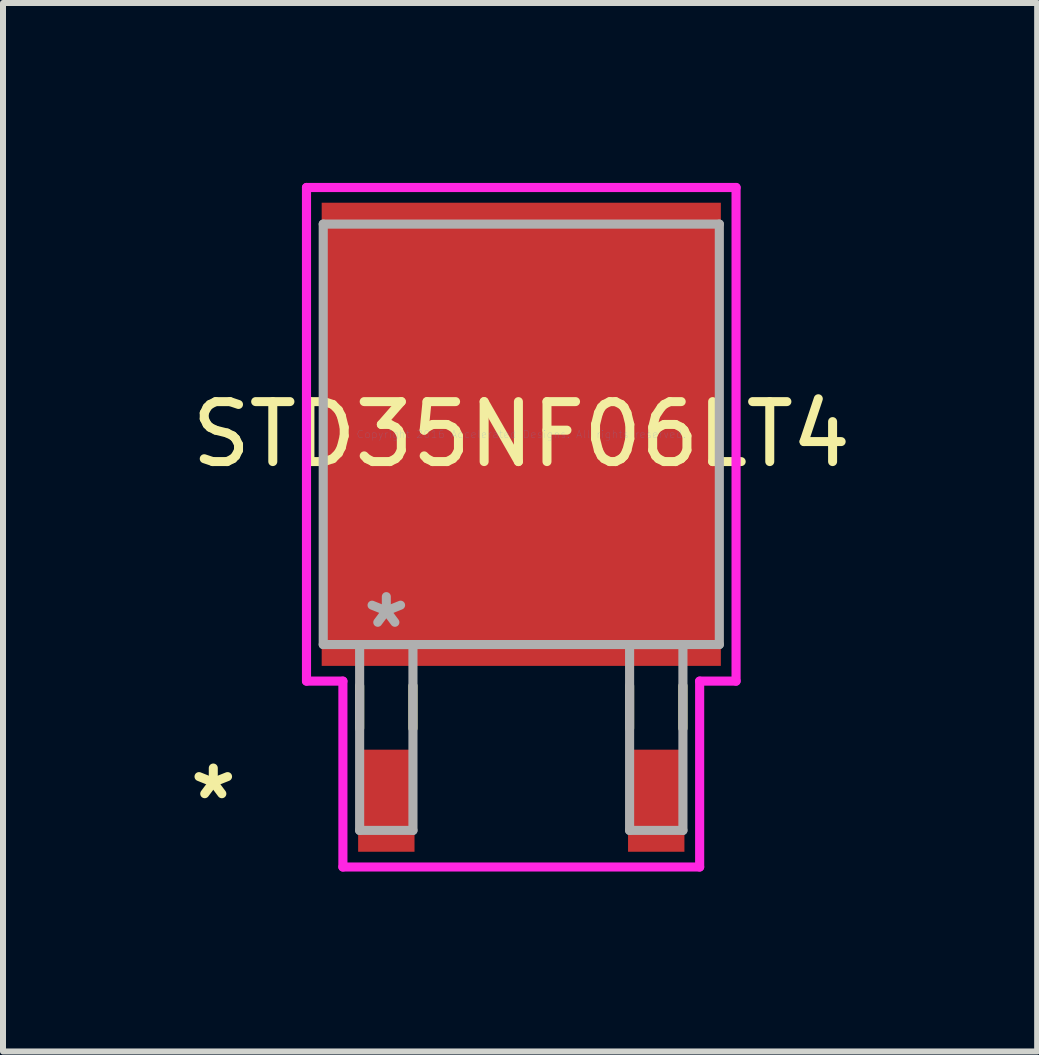
<source format=kicad_pcb>
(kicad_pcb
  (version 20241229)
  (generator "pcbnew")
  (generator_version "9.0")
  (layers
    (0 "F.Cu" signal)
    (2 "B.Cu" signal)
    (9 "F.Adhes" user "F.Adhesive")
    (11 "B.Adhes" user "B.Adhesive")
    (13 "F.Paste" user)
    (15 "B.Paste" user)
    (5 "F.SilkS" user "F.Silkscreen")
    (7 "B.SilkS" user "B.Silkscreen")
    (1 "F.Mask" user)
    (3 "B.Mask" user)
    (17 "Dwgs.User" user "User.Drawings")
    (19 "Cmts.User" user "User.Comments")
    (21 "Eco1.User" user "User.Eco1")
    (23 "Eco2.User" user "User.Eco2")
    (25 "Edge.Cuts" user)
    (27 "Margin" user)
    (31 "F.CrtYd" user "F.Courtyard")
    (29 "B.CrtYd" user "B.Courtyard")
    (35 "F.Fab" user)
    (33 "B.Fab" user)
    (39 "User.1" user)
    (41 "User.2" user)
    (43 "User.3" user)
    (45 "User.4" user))
  (footprint "STD35NF06LT4"
    (layer "F.Cu")
    (at 5.641 4.191)
    (property "Reference" "STD35NF06LT4" (at 0 0 0) (layer "F.SilkS") (effects (font (size 1 1) (thickness 0.15))))
    (attr through_hole)
    (fp_line (start -2.695 4.194) (end -2.695 4.902) (stroke (width 0.152) (type solid)) (layer "F.SilkS"))
    (fp_line (start -1.806 4.194) (end -1.806 4.902) (stroke (width 0.152) (type solid)) (layer "F.SilkS"))
    (fp_line (start 1.806 4.194) (end 1.806 4.902) (stroke (width 0.152) (type solid)) (layer "F.SilkS"))
    (fp_line (start 2.695 4.194) (end 2.695 4.902) (stroke (width 0.152) (type solid)) (layer "F.SilkS"))
    (fp_line (start -3.581 -4.115) (end 3.581 -4.115) (stroke (width 0.152) (type solid)) (layer "F.CrtYd"))
    (fp_line (start -3.581 4.115) (end -3.581 -4.115) (stroke (width 0.152) (type solid)) (layer "F.CrtYd"))
    (fp_line (start -2.974 4.115) (end -3.581 4.115) (stroke (width 0.152) (type solid)) (layer "F.CrtYd"))
    (fp_line (start -2.974 7.214) (end -2.974 4.115) (stroke (width 0.152) (type solid)) (layer "F.CrtYd"))
    (fp_line (start 2.974 4.115) (end 2.974 7.214) (stroke (width 0.152) (type solid)) (layer "F.CrtYd"))
    (fp_line (start 2.974 7.214) (end -2.974 7.214) (stroke (width 0.152) (type solid)) (layer "F.CrtYd"))
    (fp_line (start 3.581 -4.115) (end 3.581 4.115) (stroke (width 0.152) (type solid)) (layer "F.CrtYd"))
    (fp_line (start 3.581 4.115) (end 2.974 4.115) (stroke (width 0.152) (type solid)) (layer "F.CrtYd"))
    (fp_line (start -3.302 -3.505) (end -3.302 3.505) (stroke (width 0.152) (type solid)) (layer "F.Fab"))
    (fp_line (start -3.302 3.505) (end 3.302 3.505) (stroke (width 0.152) (type solid)) (layer "F.Fab"))
    (fp_line (start -2.695 3.505) (end -2.695 6.604) (stroke (width 0.152) (type solid)) (layer "F.Fab"))
    (fp_line (start -2.695 6.604) (end -1.806 6.604) (stroke (width 0.152) (type solid)) (layer "F.Fab"))
    (fp_line (start -1.806 3.505) (end -2.695 3.505) (stroke (width 0.152) (type solid)) (layer "F.Fab"))
    (fp_line (start -1.806 6.604) (end -1.806 3.505) (stroke (width 0.152) (type solid)) (layer "F.Fab"))
    (fp_line (start 1.806 3.505) (end 1.806 6.604) (stroke (width 0.152) (type solid)) (layer "F.Fab"))
    (fp_line (start 1.806 6.604) (end 2.695 6.604) (stroke (width 0.152) (type solid)) (layer "F.Fab"))
    (fp_line (start 2.695 3.505) (end 1.806 3.505) (stroke (width 0.152) (type solid)) (layer "F.Fab"))
    (fp_line (start 2.695 6.604) (end 2.695 3.505) (stroke (width 0.152) (type solid)) (layer "F.Fab"))
    (fp_line (start 3.302 -3.505) (end -3.302 -3.505) (stroke (width 0.152) (type solid)) (layer "F.Fab"))
    (fp_line (start 3.302 3.505) (end 3.302 -3.505) (stroke (width 0.152) (type solid)) (layer "F.Fab"))
    (fp_text user "*" (at -5.135 6.109 0) (layer "F.SilkS") (effects (font (size 1 1) (thickness 0.15))))
    (fp_text user "Copyright 2016 Accelerated Designs. All rights reserved." (at 0 0 0) (layer "Cmts.User") (effects (font (size 0.127 0.127) (thickness 0.002))))
    (fp_text user "*" (at -2.25 3.251 0) (layer "F.Fab") (effects (font (size 1 1) (thickness 0.15))))
    (pad "1" smd rect (at -2.25 6.109) (size 0.94 1.702) (layers "F.Cu" "F.Mask" "F.Paste"))
    (pad "2" smd rect (at 2.25 6.109) (size 0.94 1.702) (layers "F.Cu" "F.Mask" "F.Paste"))
    (pad "3" smd rect (at 0 0) (size 6.655 7.722) (layers "F.Cu" "F.Mask" "F.Paste")))
  (gr_rect
    (start -3 -3)
    (end 14.242 14.481)
    (stroke (width 0.1) (type default))
    (fill no)
    (layer "Edge.Cuts")))
</source>
